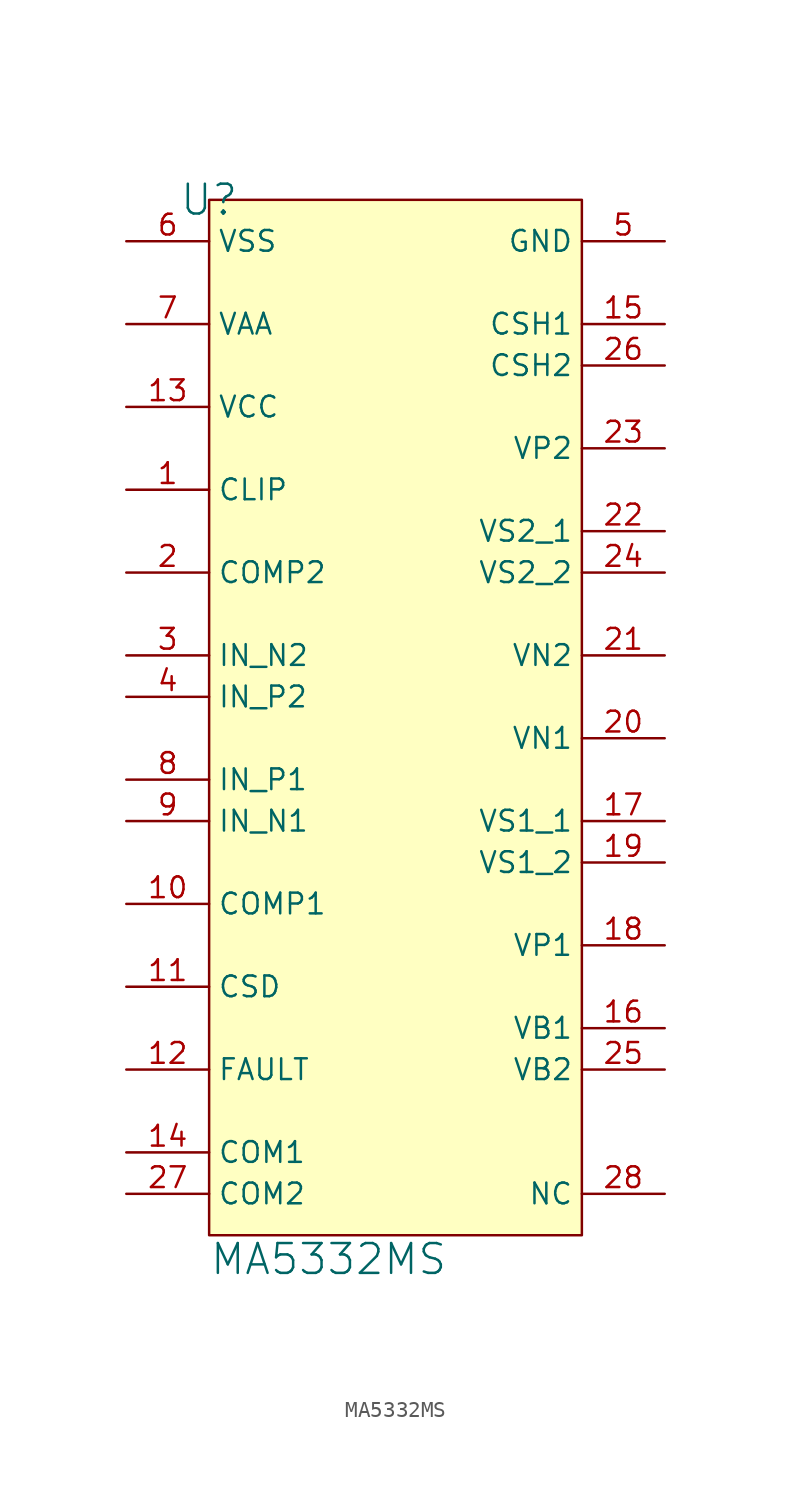
<source format=kicad_sym>
(kicad_symbol_lib
  (version 20241209)
  (generator "kicad_symbol_editor")
  (generator_version "9.0")
  (symbol "MA5332MS"
    (property "Reference" "U"
      (at 0 0 0)
      (effects (font (size 1.829 1.829))))
    (property "Value" "MA5332MS"
      (at 0 -66.04 0)
      (effects (font (size 1.829 1.829)) (justify left bottom)))
    (symbol "MA5332MS_1_0"
      (rectangle (start 22.86 0) (end 0 -63.5) (stroke (width 0) (type solid) (color 128 0 0 1)) (fill (type background)))
      (pin power_in line (at -5.08 -2.54 0) (length 5.08) (name "VSS" (effects (font (size 1.27 1.27)))) (number "6" (effects (font (size 1.27 1.27)))))
      (pin power_in line (at -5.08 -7.62 0) (length 5.08) (name "VAA" (effects (font (size 1.27 1.27)))) (number "7" (effects (font (size 1.27 1.27)))))
      (pin power_in line (at -5.08 -12.7 0) (length 5.08) (name "VCC" (effects (font (size 1.27 1.27)))) (number "13" (effects (font (size 1.27 1.27)))))
      (pin output line (at -5.08 -17.78 0) (length 5.08) (name "CLIP" (effects (font (size 1.27 1.27)))) (number "1" (effects (font (size 1.27 1.27)))))
      (pin input line (at -5.08 -22.86 0) (length 5.08) (name "COMP2" (effects (font (size 1.27 1.27)))) (number "2" (effects (font (size 1.27 1.27)))))
      (pin input line (at -5.08 -27.94 0) (length 5.08) (name "IN_N2" (effects (font (size 1.27 1.27)))) (number "3" (effects (font (size 1.27 1.27)))))
      (pin input line (at -5.08 -30.48 0) (length 5.08) (name "IN_P2" (effects (font (size 1.27 1.27)))) (number "4" (effects (font (size 1.27 1.27)))))
      (pin input line (at -5.08 -35.56 0) (length 5.08) (name "IN_P1" (effects (font (size 1.27 1.27)))) (number "8" (effects (font (size 1.27 1.27)))))
      (pin input line (at -5.08 -38.1 0) (length 5.08) (name "IN_N1" (effects (font (size 1.27 1.27)))) (number "9" (effects (font (size 1.27 1.27)))))
      (pin input line (at -5.08 -43.18 0) (length 5.08) (name "COMP1" (effects (font (size 1.27 1.27)))) (number "10" (effects (font (size 1.27 1.27)))))
      (pin input line (at -5.08 -48.26 0) (length 5.08) (name "CSD" (effects (font (size 1.27 1.27)))) (number "11" (effects (font (size 1.27 1.27)))))
      (pin output line (at -5.08 -53.34 0) (length 5.08) (name "FAULT" (effects (font (size 1.27 1.27)))) (number "12" (effects (font (size 1.27 1.27)))))
      (pin passive line (at -5.08 -58.42 0) (length 5.08) (name "COM1" (effects (font (size 1.27 1.27)))) (number "14" (effects (font (size 1.27 1.27)))))
      (pin passive line (at -5.08 -60.96 0) (length 5.08) (name "COM2" (effects (font (size 1.27 1.27)))) (number "27" (effects (font (size 1.27 1.27)))))
      (pin power_in line (at 27.94 -2.54 180) (length 5.08) (name "GND" (effects (font (size 1.27 1.27)))) (number "5" (effects (font (size 1.27 1.27)))))
      (pin input line (at 27.94 -7.62 180) (length 5.08) (name "CSH1" (effects (font (size 1.27 1.27)))) (number "15" (effects (font (size 1.27 1.27)))))
      (pin input line (at 27.94 -10.16 180) (length 5.08) (name "CSH2" (effects (font (size 1.27 1.27)))) (number "26" (effects (font (size 1.27 1.27)))))
      (pin power_in line (at 27.94 -15.24 180) (length 5.08) (name "VP2" (effects (font (size 1.27 1.27)))) (number "23" (effects (font (size 1.27 1.27)))))
      (pin output line (at 27.94 -20.32 180) (length 5.08) (name "VS2_1" (effects (font (size 1.27 1.27)))) (number "22" (effects (font (size 1.27 1.27)))))
      (pin output line (at 27.94 -22.86 180) (length 5.08) (name "VS2_2" (effects (font (size 1.27 1.27)))) (number "24" (effects (font (size 1.27 1.27)))))
      (pin power_in line (at 27.94 -27.94 180) (length 5.08) (name "VN2" (effects (font (size 1.27 1.27)))) (number "21" (effects (font (size 1.27 1.27)))))
      (pin power_in line (at 27.94 -33.02 180) (length 5.08) (name "VN1" (effects (font (size 1.27 1.27)))) (number "20" (effects (font (size 1.27 1.27)))))
      (pin output line (at 27.94 -38.1 180) (length 5.08) (name "VS1_1" (effects (font (size 1.27 1.27)))) (number "17" (effects (font (size 1.27 1.27)))))
      (pin output line (at 27.94 -40.64 180) (length 5.08) (name "VS1_2" (effects (font (size 1.27 1.27)))) (number "19" (effects (font (size 1.27 1.27)))))
      (pin power_in line (at 27.94 -45.72 180) (length 5.08) (name "VP1" (effects (font (size 1.27 1.27)))) (number "18" (effects (font (size 1.27 1.27)))))
      (pin power_in line (at 27.94 -50.8 180) (length 5.08) (name "VB1" (effects (font (size 1.27 1.27)))) (number "16" (effects (font (size 1.27 1.27)))))
      (pin power_in line (at 27.94 -53.34 180) (length 5.08) (name "VB2" (effects (font (size 1.27 1.27)))) (number "25" (effects (font (size 1.27 1.27)))))
      (pin passive line (at 27.94 -60.96 180) (length 5.08) (name "NC" (effects (font (size 1.27 1.27)))) (number "28" (effects (font (size 1.27 1.27))))))))
</source>
